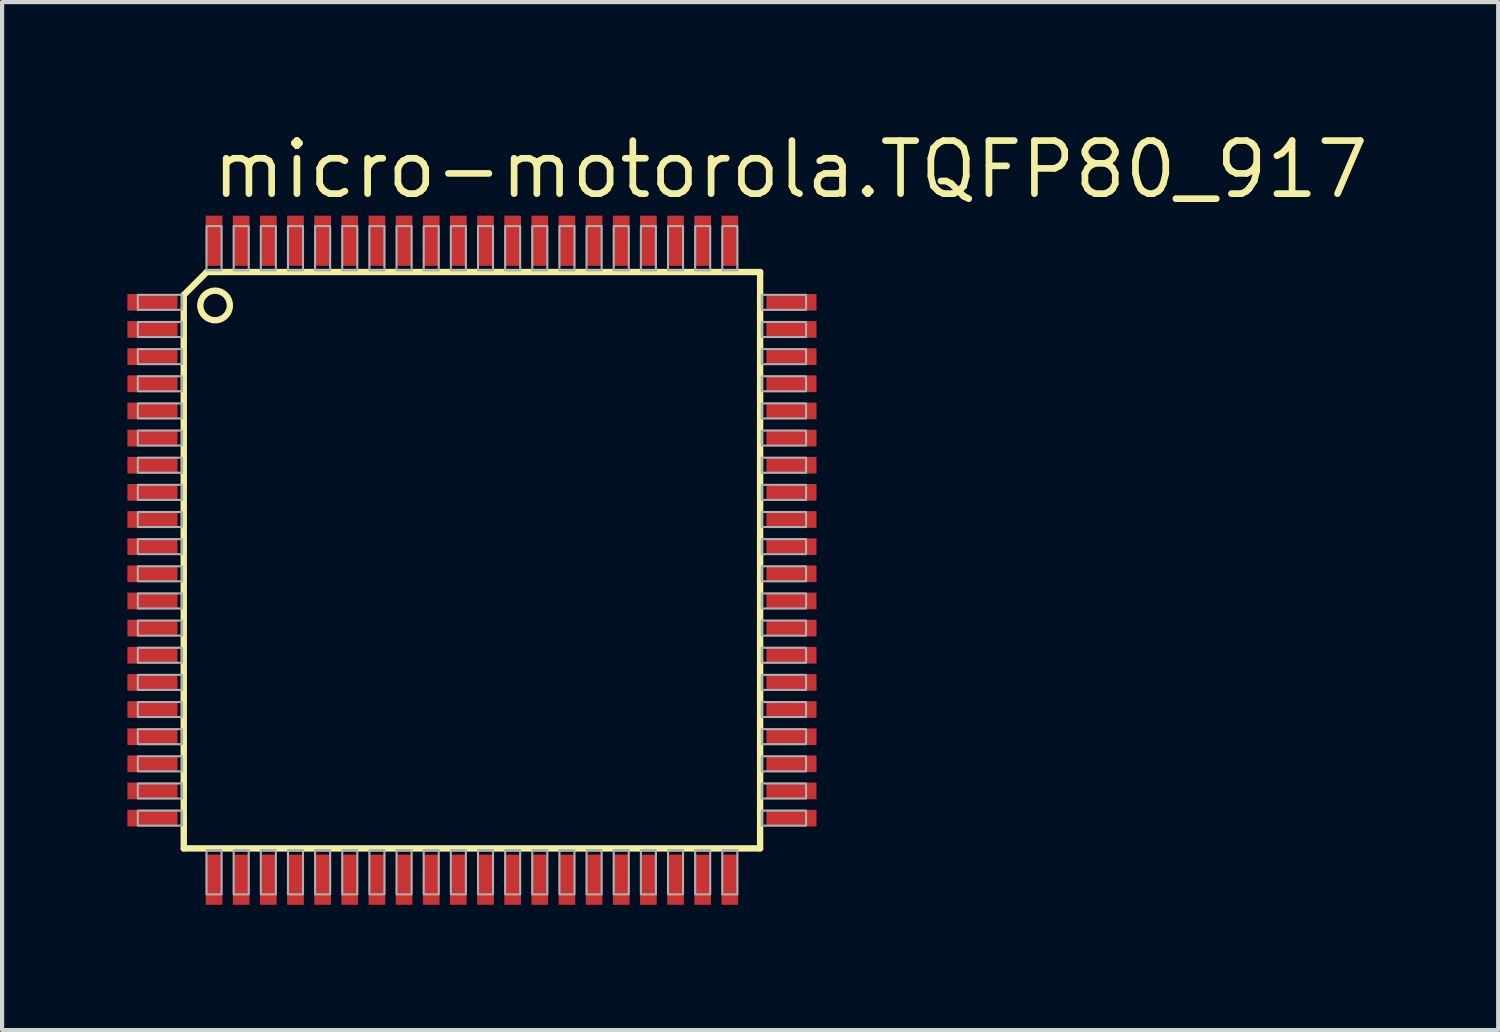
<source format=kicad_pcb>
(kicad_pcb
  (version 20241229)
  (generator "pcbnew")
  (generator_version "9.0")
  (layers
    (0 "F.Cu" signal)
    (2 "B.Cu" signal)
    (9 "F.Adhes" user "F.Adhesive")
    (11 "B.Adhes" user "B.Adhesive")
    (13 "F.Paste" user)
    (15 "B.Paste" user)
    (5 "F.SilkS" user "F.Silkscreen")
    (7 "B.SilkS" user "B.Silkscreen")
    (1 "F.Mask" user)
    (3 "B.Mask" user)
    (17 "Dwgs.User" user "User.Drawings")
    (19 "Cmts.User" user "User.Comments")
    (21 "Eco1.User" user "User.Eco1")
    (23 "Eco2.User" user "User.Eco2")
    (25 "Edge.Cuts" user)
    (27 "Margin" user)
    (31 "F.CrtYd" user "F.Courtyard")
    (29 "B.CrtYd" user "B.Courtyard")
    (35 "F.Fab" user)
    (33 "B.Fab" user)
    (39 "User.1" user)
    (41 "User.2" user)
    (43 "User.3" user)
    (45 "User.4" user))
  (footprint "micro-motorola.TQFP80_917"
    (layer "F.Cu")
    (at 8.25 10.364)
    (property "Reference" "micro-motorola.TQFP80_917" (at -6.292 -8.614 0) (layer "F.SilkS") (effects (font (size 1.27 1.27) (thickness 0.16)) (justify left bottom)))
    (attr smd)
    (fp_line (start -6.9 -6.35) (end -6.35 -6.9) (stroke (width 0.152) (type default)) (layer "F.SilkS"))
    (fp_line (start -6.9 6.9) (end -6.9 -6.35) (stroke (width 0.152) (type default)) (layer "F.SilkS"))
    (fp_line (start -6.35 -6.9) (end 6.9 -6.9) (stroke (width 0.152) (type default)) (layer "F.SilkS"))
    (fp_line (start 6.9 -6.9) (end 6.9 6.9) (stroke (width 0.152) (type default)) (layer "F.SilkS"))
    (fp_line (start 6.9 6.9) (end -6.9 6.9) (stroke (width 0.152) (type default)) (layer "F.SilkS"))
    (fp_circle (center -6.15 -6.1) (end -5.796 -6.1) (stroke (width 0.152) (type default)) (fill no) (layer "F.SilkS"))
    (fp_rect (start -8 -5.995) (end -6.94 -6.355) (stroke (width 0.05) (type default)) (fill no) (layer "F.Fab"))
    (fp_rect (start -8 -5.345) (end -6.94 -5.705) (stroke (width 0.05) (type default)) (fill no) (layer "F.Fab"))
    (fp_rect (start -8 -4.695) (end -6.94 -5.055) (stroke (width 0.05) (type default)) (fill no) (layer "F.Fab"))
    (fp_rect (start -8 -4.045) (end -6.94 -4.405) (stroke (width 0.05) (type default)) (fill no) (layer "F.Fab"))
    (fp_rect (start -8 -3.395) (end -6.94 -3.755) (stroke (width 0.05) (type default)) (fill no) (layer "F.Fab"))
    (fp_rect (start -8 -2.745) (end -6.94 -3.105) (stroke (width 0.05) (type default)) (fill no) (layer "F.Fab"))
    (fp_rect (start -8 -2.095) (end -6.94 -2.455) (stroke (width 0.05) (type default)) (fill no) (layer "F.Fab"))
    (fp_rect (start -8 -1.445) (end -6.94 -1.805) (stroke (width 0.05) (type default)) (fill no) (layer "F.Fab"))
    (fp_rect (start -8 -0.795) (end -6.94 -1.155) (stroke (width 0.05) (type default)) (fill no) (layer "F.Fab"))
    (fp_rect (start -8 -0.145) (end -6.94 -0.505) (stroke (width 0.05) (type default)) (fill no) (layer "F.Fab"))
    (fp_rect (start -8 0.505) (end -6.94 0.145) (stroke (width 0.05) (type default)) (fill no) (layer "F.Fab"))
    (fp_rect (start -8 1.155) (end -6.94 0.795) (stroke (width 0.05) (type default)) (fill no) (layer "F.Fab"))
    (fp_rect (start -8 1.805) (end -6.94 1.445) (stroke (width 0.05) (type default)) (fill no) (layer "F.Fab"))
    (fp_rect (start -8 2.455) (end -6.94 2.095) (stroke (width 0.05) (type default)) (fill no) (layer "F.Fab"))
    (fp_rect (start -8 3.105) (end -6.94 2.745) (stroke (width 0.05) (type default)) (fill no) (layer "F.Fab"))
    (fp_rect (start -8 3.755) (end -6.94 3.395) (stroke (width 0.05) (type default)) (fill no) (layer "F.Fab"))
    (fp_rect (start -8 4.405) (end -6.94 4.045) (stroke (width 0.05) (type default)) (fill no) (layer "F.Fab"))
    (fp_rect (start -8 5.055) (end -6.94 4.695) (stroke (width 0.05) (type default)) (fill no) (layer "F.Fab"))
    (fp_rect (start -8 5.705) (end -6.94 5.345) (stroke (width 0.05) (type default)) (fill no) (layer "F.Fab"))
    (fp_rect (start -8 6.355) (end -6.94 5.995) (stroke (width 0.05) (type default)) (fill no) (layer "F.Fab"))
    (fp_rect (start -6.355 -6.94) (end -5.995 -8) (stroke (width 0.05) (type default)) (fill no) (layer "F.Fab"))
    (fp_rect (start -6.355 8) (end -5.995 6.94) (stroke (width 0.05) (type default)) (fill no) (layer "F.Fab"))
    (fp_rect (start -5.705 -6.94) (end -5.345 -8) (stroke (width 0.05) (type default)) (fill no) (layer "F.Fab"))
    (fp_rect (start -5.705 8) (end -5.345 6.94) (stroke (width 0.05) (type default)) (fill no) (layer "F.Fab"))
    (fp_rect (start -5.055 -6.94) (end -4.695 -8) (stroke (width 0.05) (type default)) (fill no) (layer "F.Fab"))
    (fp_rect (start -5.055 8) (end -4.695 6.94) (stroke (width 0.05) (type default)) (fill no) (layer "F.Fab"))
    (fp_rect (start -4.405 -6.94) (end -4.045 -8) (stroke (width 0.05) (type default)) (fill no) (layer "F.Fab"))
    (fp_rect (start -4.405 8) (end -4.045 6.94) (stroke (width 0.05) (type default)) (fill no) (layer "F.Fab"))
    (fp_rect (start -3.755 -6.94) (end -3.395 -8) (stroke (width 0.05) (type default)) (fill no) (layer "F.Fab"))
    (fp_rect (start -3.755 8) (end -3.395 6.94) (stroke (width 0.05) (type default)) (fill no) (layer "F.Fab"))
    (fp_rect (start -3.105 -6.94) (end -2.745 -8) (stroke (width 0.05) (type default)) (fill no) (layer "F.Fab"))
    (fp_rect (start -3.105 8) (end -2.745 6.94) (stroke (width 0.05) (type default)) (fill no) (layer "F.Fab"))
    (fp_rect (start -2.455 -6.94) (end -2.095 -8) (stroke (width 0.05) (type default)) (fill no) (layer "F.Fab"))
    (fp_rect (start -2.455 8) (end -2.095 6.94) (stroke (width 0.05) (type default)) (fill no) (layer "F.Fab"))
    (fp_rect (start -1.805 -6.94) (end -1.445 -8) (stroke (width 0.05) (type default)) (fill no) (layer "F.Fab"))
    (fp_rect (start -1.805 8) (end -1.445 6.94) (stroke (width 0.05) (type default)) (fill no) (layer "F.Fab"))
    (fp_rect (start -1.155 -6.94) (end -0.795 -8) (stroke (width 0.05) (type default)) (fill no) (layer "F.Fab"))
    (fp_rect (start -1.155 8) (end -0.795 6.94) (stroke (width 0.05) (type default)) (fill no) (layer "F.Fab"))
    (fp_rect (start -0.505 -6.94) (end -0.145 -8) (stroke (width 0.05) (type default)) (fill no) (layer "F.Fab"))
    (fp_rect (start -0.505 8) (end -0.145 6.94) (stroke (width 0.05) (type default)) (fill no) (layer "F.Fab"))
    (fp_rect (start 0.145 -6.94) (end 0.505 -8) (stroke (width 0.05) (type default)) (fill no) (layer "F.Fab"))
    (fp_rect (start 0.145 8) (end 0.505 6.94) (stroke (width 0.05) (type default)) (fill no) (layer "F.Fab"))
    (fp_rect (start 0.795 -6.94) (end 1.155 -8) (stroke (width 0.05) (type default)) (fill no) (layer "F.Fab"))
    (fp_rect (start 0.795 8) (end 1.155 6.94) (stroke (width 0.05) (type default)) (fill no) (layer "F.Fab"))
    (fp_rect (start 1.445 -6.94) (end 1.805 -8) (stroke (width 0.05) (type default)) (fill no) (layer "F.Fab"))
    (fp_rect (start 1.445 8) (end 1.805 6.94) (stroke (width 0.05) (type default)) (fill no) (layer "F.Fab"))
    (fp_rect (start 2.095 -6.94) (end 2.455 -8) (stroke (width 0.05) (type default)) (fill no) (layer "F.Fab"))
    (fp_rect (start 2.095 8) (end 2.455 6.94) (stroke (width 0.05) (type default)) (fill no) (layer "F.Fab"))
    (fp_rect (start 2.745 -6.94) (end 3.105 -8) (stroke (width 0.05) (type default)) (fill no) (layer "F.Fab"))
    (fp_rect (start 2.745 8) (end 3.105 6.94) (stroke (width 0.05) (type default)) (fill no) (layer "F.Fab"))
    (fp_rect (start 3.395 -6.94) (end 3.755 -8) (stroke (width 0.05) (type default)) (fill no) (layer "F.Fab"))
    (fp_rect (start 3.395 8) (end 3.755 6.94) (stroke (width 0.05) (type default)) (fill no) (layer "F.Fab"))
    (fp_rect (start 4.045 -6.94) (end 4.405 -8) (stroke (width 0.05) (type default)) (fill no) (layer "F.Fab"))
    (fp_rect (start 4.045 8) (end 4.405 6.94) (stroke (width 0.05) (type default)) (fill no) (layer "F.Fab"))
    (fp_rect (start 4.695 -6.94) (end 5.055 -8) (stroke (width 0.05) (type default)) (fill no) (layer "F.Fab"))
    (fp_rect (start 4.695 8) (end 5.055 6.94) (stroke (width 0.05) (type default)) (fill no) (layer "F.Fab"))
    (fp_rect (start 5.345 -6.94) (end 5.705 -8) (stroke (width 0.05) (type default)) (fill no) (layer "F.Fab"))
    (fp_rect (start 5.345 8) (end 5.705 6.94) (stroke (width 0.05) (type default)) (fill no) (layer "F.Fab"))
    (fp_rect (start 5.995 -6.94) (end 6.355 -8) (stroke (width 0.05) (type default)) (fill no) (layer "F.Fab"))
    (fp_rect (start 5.995 8) (end 6.355 6.94) (stroke (width 0.05) (type default)) (fill no) (layer "F.Fab"))
    (fp_rect (start 6.94 -5.995) (end 8 -6.355) (stroke (width 0.05) (type default)) (fill no) (layer "F.Fab"))
    (fp_rect (start 6.94 -5.345) (end 8 -5.705) (stroke (width 0.05) (type default)) (fill no) (layer "F.Fab"))
    (fp_rect (start 6.94 -4.695) (end 8 -5.055) (stroke (width 0.05) (type default)) (fill no) (layer "F.Fab"))
    (fp_rect (start 6.94 -4.045) (end 8 -4.405) (stroke (width 0.05) (type default)) (fill no) (layer "F.Fab"))
    (fp_rect (start 6.94 -3.395) (end 8 -3.755) (stroke (width 0.05) (type default)) (fill no) (layer "F.Fab"))
    (fp_rect (start 6.94 -2.745) (end 8 -3.105) (stroke (width 0.05) (type default)) (fill no) (layer "F.Fab"))
    (fp_rect (start 6.94 -2.095) (end 8 -2.455) (stroke (width 0.05) (type default)) (fill no) (layer "F.Fab"))
    (fp_rect (start 6.94 -1.445) (end 8 -1.805) (stroke (width 0.05) (type default)) (fill no) (layer "F.Fab"))
    (fp_rect (start 6.94 -0.795) (end 8 -1.155) (stroke (width 0.05) (type default)) (fill no) (layer "F.Fab"))
    (fp_rect (start 6.94 -0.145) (end 8 -0.505) (stroke (width 0.05) (type default)) (fill no) (layer "F.Fab"))
    (fp_rect (start 6.94 0.505) (end 8 0.145) (stroke (width 0.05) (type default)) (fill no) (layer "F.Fab"))
    (fp_rect (start 6.94 1.155) (end 8 0.795) (stroke (width 0.05) (type default)) (fill no) (layer "F.Fab"))
    (fp_rect (start 6.94 1.805) (end 8 1.445) (stroke (width 0.05) (type default)) (fill no) (layer "F.Fab"))
    (fp_rect (start 6.94 2.455) (end 8 2.095) (stroke (width 0.05) (type default)) (fill no) (layer "F.Fab"))
    (fp_rect (start 6.94 3.105) (end 8 2.745) (stroke (width 0.05) (type default)) (fill no) (layer "F.Fab"))
    (fp_rect (start 6.94 3.755) (end 8 3.395) (stroke (width 0.05) (type default)) (fill no) (layer "F.Fab"))
    (fp_rect (start 6.94 4.405) (end 8 4.045) (stroke (width 0.05) (type default)) (fill no) (layer "F.Fab"))
    (fp_rect (start 6.94 5.055) (end 8 4.695) (stroke (width 0.05) (type default)) (fill no) (layer "F.Fab"))
    (fp_rect (start 6.94 5.705) (end 8 5.345) (stroke (width 0.05) (type default)) (fill no) (layer "F.Fab"))
    (fp_rect (start 6.94 6.355) (end 8 5.995) (stroke (width 0.05) (type default)) (fill no) (layer "F.Fab"))
    (pad "1" smd roundrect (at -7.65 -6.175) (size 1.2 0.4) (layers "F.Cu" "F.Mask" "F.Paste") (roundrect_rratio 0.01))
    (pad "2" smd roundrect (at -7.65 -5.525) (size 1.2 0.4) (layers "F.Cu" "F.Mask" "F.Paste") (roundrect_rratio 0.01))
    (pad "3" smd roundrect (at -7.65 -4.875) (size 1.2 0.4) (layers "F.Cu" "F.Mask" "F.Paste") (roundrect_rratio 0.01))
    (pad "4" smd roundrect (at -7.65 -4.225) (size 1.2 0.4) (layers "F.Cu" "F.Mask" "F.Paste") (roundrect_rratio 0.01))
    (pad "5" smd roundrect (at -7.65 -3.575) (size 1.2 0.4) (layers "F.Cu" "F.Mask" "F.Paste") (roundrect_rratio 0.01))
    (pad "6" smd roundrect (at -7.65 -2.925) (size 1.2 0.4) (layers "F.Cu" "F.Mask" "F.Paste") (roundrect_rratio 0.01))
    (pad "7" smd roundrect (at -7.65 -2.275) (size 1.2 0.4) (layers "F.Cu" "F.Mask" "F.Paste") (roundrect_rratio 0.01))
    (pad "8" smd roundrect (at -7.65 -1.625) (size 1.2 0.4) (layers "F.Cu" "F.Mask" "F.Paste") (roundrect_rratio 0.01))
    (pad "9" smd roundrect (at -7.65 -0.975) (size 1.2 0.4) (layers "F.Cu" "F.Mask" "F.Paste") (roundrect_rratio 0.01))
    (pad "10" smd roundrect (at -7.65 -0.325) (size 1.2 0.4) (layers "F.Cu" "F.Mask" "F.Paste") (roundrect_rratio 0.01))
    (pad "11" smd roundrect (at -7.65 0.325) (size 1.2 0.4) (layers "F.Cu" "F.Mask" "F.Paste") (roundrect_rratio 0.01))
    (pad "12" smd roundrect (at -7.65 0.975) (size 1.2 0.4) (layers "F.Cu" "F.Mask" "F.Paste") (roundrect_rratio 0.01))
    (pad "13" smd roundrect (at -7.65 1.625) (size 1.2 0.4) (layers "F.Cu" "F.Mask" "F.Paste") (roundrect_rratio 0.01))
    (pad "14" smd roundrect (at -7.65 2.275) (size 1.2 0.4) (layers "F.Cu" "F.Mask" "F.Paste") (roundrect_rratio 0.01))
    (pad "15" smd roundrect (at -7.65 2.925) (size 1.2 0.4) (layers "F.Cu" "F.Mask" "F.Paste") (roundrect_rratio 0.01))
    (pad "16" smd roundrect (at -7.65 3.575) (size 1.2 0.4) (layers "F.Cu" "F.Mask" "F.Paste") (roundrect_rratio 0.01))
    (pad "17" smd roundrect (at -7.65 4.225) (size 1.2 0.4) (layers "F.Cu" "F.Mask" "F.Paste") (roundrect_rratio 0.01))
    (pad "18" smd roundrect (at -7.65 4.875) (size 1.2 0.4) (layers "F.Cu" "F.Mask" "F.Paste") (roundrect_rratio 0.01))
    (pad "19" smd roundrect (at -7.65 5.525) (size 1.2 0.4) (layers "F.Cu" "F.Mask" "F.Paste") (roundrect_rratio 0.01))
    (pad "20" smd roundrect (at -7.65 6.175) (size 1.2 0.4) (layers "F.Cu" "F.Mask" "F.Paste") (roundrect_rratio 0.01))
    (pad "21" smd roundrect (at -6.175 7.65) (size 0.4 1.2) (layers "F.Cu" "F.Mask" "F.Paste") (roundrect_rratio 0.01))
    (pad "22" smd roundrect (at -5.525 7.65) (size 0.4 1.2) (layers "F.Cu" "F.Mask" "F.Paste") (roundrect_rratio 0.01))
    (pad "23" smd roundrect (at -4.875 7.65) (size 0.4 1.2) (layers "F.Cu" "F.Mask" "F.Paste") (roundrect_rratio 0.01))
    (pad "24" smd roundrect (at -4.225 7.65) (size 0.4 1.2) (layers "F.Cu" "F.Mask" "F.Paste") (roundrect_rratio 0.01))
    (pad "25" smd roundrect (at -3.575 7.65) (size 0.4 1.2) (layers "F.Cu" "F.Mask" "F.Paste") (roundrect_rratio 0.01))
    (pad "26" smd roundrect (at -2.925 7.65) (size 0.4 1.2) (layers "F.Cu" "F.Mask" "F.Paste") (roundrect_rratio 0.01))
    (pad "27" smd roundrect (at -2.275 7.65) (size 0.4 1.2) (layers "F.Cu" "F.Mask" "F.Paste") (roundrect_rratio 0.01))
    (pad "28" smd roundrect (at -1.625 7.65) (size 0.4 1.2) (layers "F.Cu" "F.Mask" "F.Paste") (roundrect_rratio 0.01))
    (pad "29" smd roundrect (at -0.975 7.65) (size 0.4 1.2) (layers "F.Cu" "F.Mask" "F.Paste") (roundrect_rratio 0.01))
    (pad "30" smd roundrect (at -0.325 7.65) (size 0.4 1.2) (layers "F.Cu" "F.Mask" "F.Paste") (roundrect_rratio 0.01))
    (pad "31" smd roundrect (at 0.325 7.65) (size 0.4 1.2) (layers "F.Cu" "F.Mask" "F.Paste") (roundrect_rratio 0.01))
    (pad "32" smd roundrect (at 0.975 7.65) (size 0.4 1.2) (layers "F.Cu" "F.Mask" "F.Paste") (roundrect_rratio 0.01))
    (pad "33" smd roundrect (at 1.625 7.65) (size 0.4 1.2) (layers "F.Cu" "F.Mask" "F.Paste") (roundrect_rratio 0.01))
    (pad "34" smd roundrect (at 2.275 7.65) (size 0.4 1.2) (layers "F.Cu" "F.Mask" "F.Paste") (roundrect_rratio 0.01))
    (pad "35" smd roundrect (at 2.925 7.65) (size 0.4 1.2) (layers "F.Cu" "F.Mask" "F.Paste") (roundrect_rratio 0.01))
    (pad "36" smd roundrect (at 3.575 7.65) (size 0.4 1.2) (layers "F.Cu" "F.Mask" "F.Paste") (roundrect_rratio 0.01))
    (pad "37" smd roundrect (at 4.225 7.65) (size 0.4 1.2) (layers "F.Cu" "F.Mask" "F.Paste") (roundrect_rratio 0.01))
    (pad "38" smd roundrect (at 4.875 7.65) (size 0.4 1.2) (layers "F.Cu" "F.Mask" "F.Paste") (roundrect_rratio 0.01))
    (pad "39" smd roundrect (at 5.525 7.65) (size 0.4 1.2) (layers "F.Cu" "F.Mask" "F.Paste") (roundrect_rratio 0.01))
    (pad "40" smd roundrect (at 6.175 7.65) (size 0.4 1.2) (layers "F.Cu" "F.Mask" "F.Paste") (roundrect_rratio 0.01))
    (pad "41" smd roundrect (at 7.65 6.175) (size 1.2 0.4) (layers "F.Cu" "F.Mask" "F.Paste") (roundrect_rratio 0.01))
    (pad "42" smd roundrect (at 7.65 5.525) (size 1.2 0.4) (layers "F.Cu" "F.Mask" "F.Paste") (roundrect_rratio 0.01))
    (pad "43" smd roundrect (at 7.65 4.875) (size 1.2 0.4) (layers "F.Cu" "F.Mask" "F.Paste") (roundrect_rratio 0.01))
    (pad "44" smd roundrect (at 7.65 4.225) (size 1.2 0.4) (layers "F.Cu" "F.Mask" "F.Paste") (roundrect_rratio 0.01))
    (pad "45" smd roundrect (at 7.65 3.575) (size 1.2 0.4) (layers "F.Cu" "F.Mask" "F.Paste") (roundrect_rratio 0.01))
    (pad "46" smd roundrect (at 7.65 2.925) (size 1.2 0.4) (layers "F.Cu" "F.Mask" "F.Paste") (roundrect_rratio 0.01))
    (pad "47" smd roundrect (at 7.65 2.275) (size 1.2 0.4) (layers "F.Cu" "F.Mask" "F.Paste") (roundrect_rratio 0.01))
    (pad "48" smd roundrect (at 7.65 1.625) (size 1.2 0.4) (layers "F.Cu" "F.Mask" "F.Paste") (roundrect_rratio 0.01))
    (pad "49" smd roundrect (at 7.65 0.975) (size 1.2 0.4) (layers "F.Cu" "F.Mask" "F.Paste") (roundrect_rratio 0.01))
    (pad "50" smd roundrect (at 7.65 0.325) (size 1.2 0.4) (layers "F.Cu" "F.Mask" "F.Paste") (roundrect_rratio 0.01))
    (pad "51" smd roundrect (at 7.65 -0.325) (size 1.2 0.4) (layers "F.Cu" "F.Mask" "F.Paste") (roundrect_rratio 0.01))
    (pad "52" smd roundrect (at 7.65 -0.975) (size 1.2 0.4) (layers "F.Cu" "F.Mask" "F.Paste") (roundrect_rratio 0.01))
    (pad "53" smd roundrect (at 7.65 -1.625) (size 1.2 0.4) (layers "F.Cu" "F.Mask" "F.Paste") (roundrect_rratio 0.01))
    (pad "54" smd roundrect (at 7.65 -2.275) (size 1.2 0.4) (layers "F.Cu" "F.Mask" "F.Paste") (roundrect_rratio 0.01))
    (pad "55" smd roundrect (at 7.65 -2.925) (size 1.2 0.4) (layers "F.Cu" "F.Mask" "F.Paste") (roundrect_rratio 0.01))
    (pad "56" smd roundrect (at 7.65 -3.575) (size 1.2 0.4) (layers "F.Cu" "F.Mask" "F.Paste") (roundrect_rratio 0.01))
    (pad "57" smd roundrect (at 7.65 -4.225) (size 1.2 0.4) (layers "F.Cu" "F.Mask" "F.Paste") (roundrect_rratio 0.01))
    (pad "58" smd roundrect (at 7.65 -4.875) (size 1.2 0.4) (layers "F.Cu" "F.Mask" "F.Paste") (roundrect_rratio 0.01))
    (pad "59" smd roundrect (at 7.65 -5.525) (size 1.2 0.4) (layers "F.Cu" "F.Mask" "F.Paste") (roundrect_rratio 0.01))
    (pad "60" smd roundrect (at 7.65 -6.175) (size 1.2 0.4) (layers "F.Cu" "F.Mask" "F.Paste") (roundrect_rratio 0.01))
    (pad "61" smd roundrect (at 6.175 -7.65) (size 0.4 1.2) (layers "F.Cu" "F.Mask" "F.Paste") (roundrect_rratio 0.01))
    (pad "62" smd roundrect (at 5.525 -7.65) (size 0.4 1.2) (layers "F.Cu" "F.Mask" "F.Paste") (roundrect_rratio 0.01))
    (pad "63" smd roundrect (at 4.875 -7.65) (size 0.4 1.2) (layers "F.Cu" "F.Mask" "F.Paste") (roundrect_rratio 0.01))
    (pad "64" smd roundrect (at 4.225 -7.65) (size 0.4 1.2) (layers "F.Cu" "F.Mask" "F.Paste") (roundrect_rratio 0.01))
    (pad "65" smd roundrect (at 3.575 -7.65) (size 0.4 1.2) (layers "F.Cu" "F.Mask" "F.Paste") (roundrect_rratio 0.01))
    (pad "66" smd roundrect (at 2.925 -7.65) (size 0.4 1.2) (layers "F.Cu" "F.Mask" "F.Paste") (roundrect_rratio 0.01))
    (pad "67" smd roundrect (at 2.275 -7.65) (size 0.4 1.2) (layers "F.Cu" "F.Mask" "F.Paste") (roundrect_rratio 0.01))
    (pad "68" smd roundrect (at 1.625 -7.65) (size 0.4 1.2) (layers "F.Cu" "F.Mask" "F.Paste") (roundrect_rratio 0.01))
    (pad "69" smd roundrect (at 0.975 -7.65) (size 0.4 1.2) (layers "F.Cu" "F.Mask" "F.Paste") (roundrect_rratio 0.01))
    (pad "70" smd roundrect (at 0.325 -7.65) (size 0.4 1.2) (layers "F.Cu" "F.Mask" "F.Paste") (roundrect_rratio 0.01))
    (pad "71" smd roundrect (at -0.325 -7.65) (size 0.4 1.2) (layers "F.Cu" "F.Mask" "F.Paste") (roundrect_rratio 0.01))
    (pad "72" smd roundrect (at -0.975 -7.65) (size 0.4 1.2) (layers "F.Cu" "F.Mask" "F.Paste") (roundrect_rratio 0.01))
    (pad "73" smd roundrect (at -1.625 -7.65) (size 0.4 1.2) (layers "F.Cu" "F.Mask" "F.Paste") (roundrect_rratio 0.01))
    (pad "74" smd roundrect (at -2.275 -7.65) (size 0.4 1.2) (layers "F.Cu" "F.Mask" "F.Paste") (roundrect_rratio 0.01))
    (pad "75" smd roundrect (at -2.925 -7.65) (size 0.4 1.2) (layers "F.Cu" "F.Mask" "F.Paste") (roundrect_rratio 0.01))
    (pad "76" smd roundrect (at -3.575 -7.65) (size 0.4 1.2) (layers "F.Cu" "F.Mask" "F.Paste") (roundrect_rratio 0.01))
    (pad "77" smd roundrect (at -4.225 -7.65) (size 0.4 1.2) (layers "F.Cu" "F.Mask" "F.Paste") (roundrect_rratio 0.01))
    (pad "78" smd roundrect (at -4.875 -7.65) (size 0.4 1.2) (layers "F.Cu" "F.Mask" "F.Paste") (roundrect_rratio 0.01))
    (pad "79" smd roundrect (at -5.525 -7.65) (size 0.4 1.2) (layers "F.Cu" "F.Mask" "F.Paste") (roundrect_rratio 0.01))
    (pad "80" smd roundrect (at -6.175 -7.65) (size 0.4 1.2) (layers "F.Cu" "F.Mask" "F.Paste") (roundrect_rratio 0.01)))
  (gr_rect
    (start -3 -3)
    (end 32.822 21.614)
    (stroke (width 0.1) (type default))
    (fill no)
    (layer "Edge.Cuts")))
</source>
